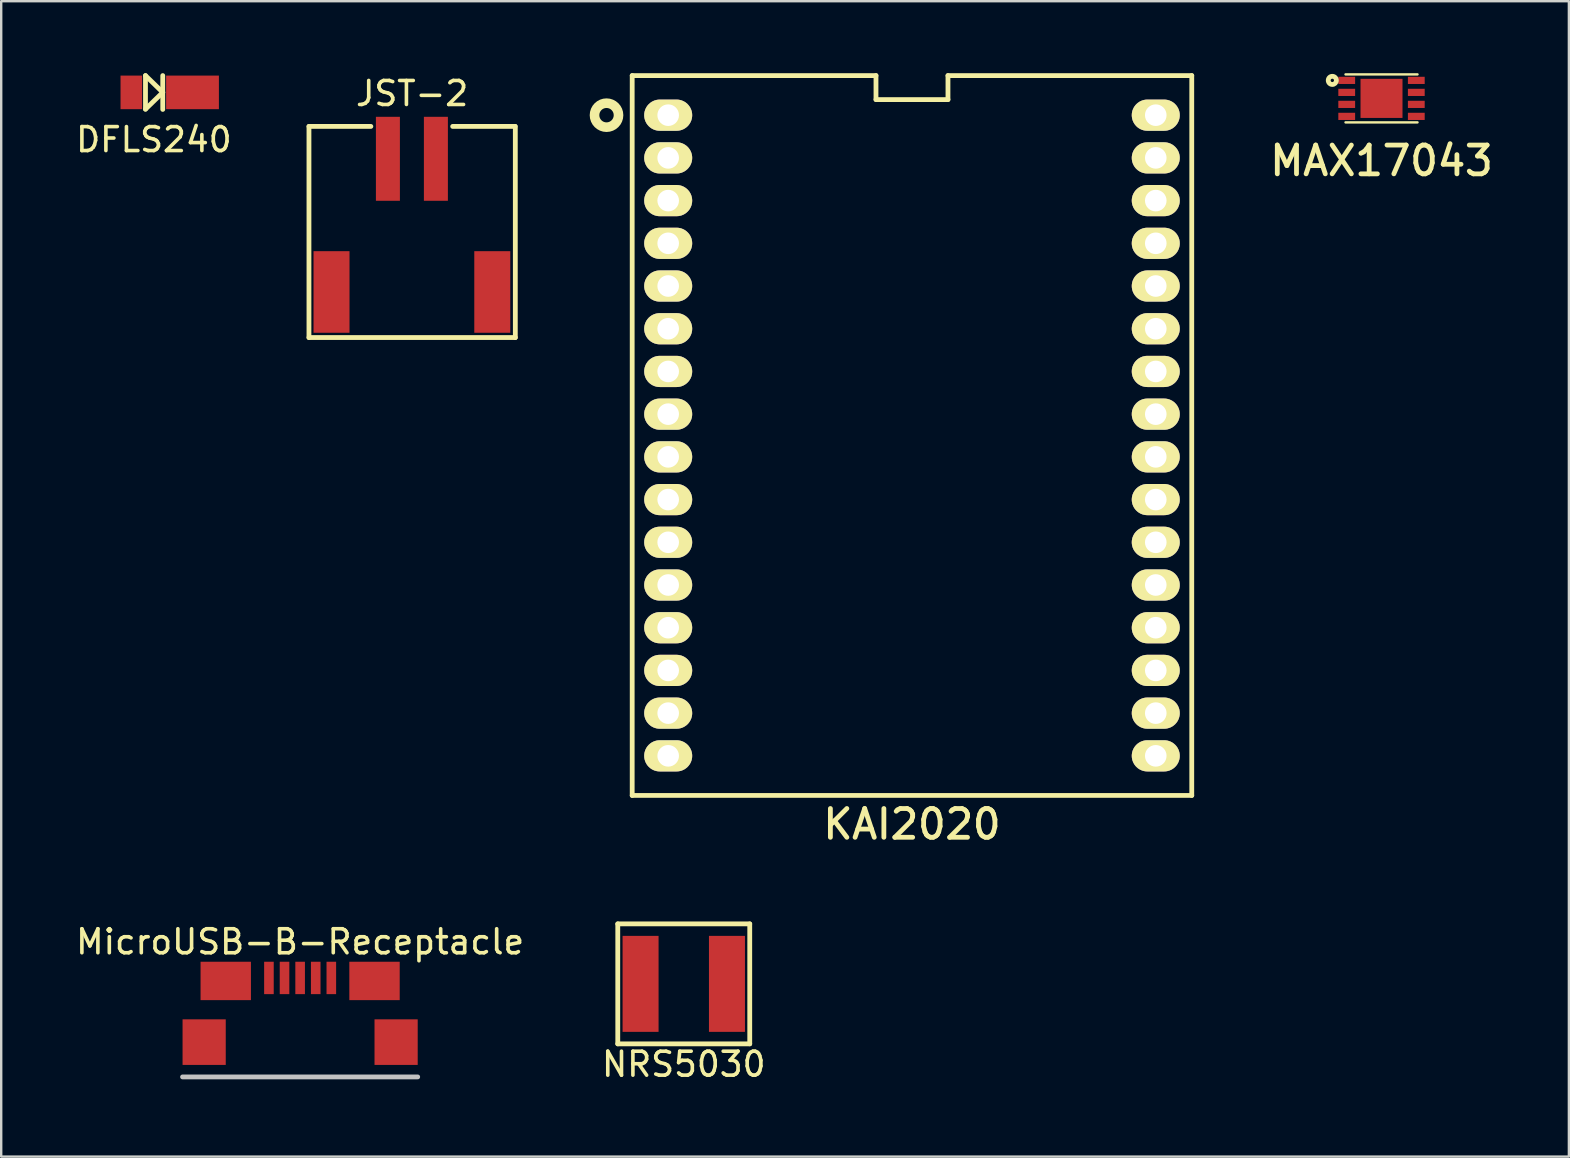
<source format=kicad_pcb>
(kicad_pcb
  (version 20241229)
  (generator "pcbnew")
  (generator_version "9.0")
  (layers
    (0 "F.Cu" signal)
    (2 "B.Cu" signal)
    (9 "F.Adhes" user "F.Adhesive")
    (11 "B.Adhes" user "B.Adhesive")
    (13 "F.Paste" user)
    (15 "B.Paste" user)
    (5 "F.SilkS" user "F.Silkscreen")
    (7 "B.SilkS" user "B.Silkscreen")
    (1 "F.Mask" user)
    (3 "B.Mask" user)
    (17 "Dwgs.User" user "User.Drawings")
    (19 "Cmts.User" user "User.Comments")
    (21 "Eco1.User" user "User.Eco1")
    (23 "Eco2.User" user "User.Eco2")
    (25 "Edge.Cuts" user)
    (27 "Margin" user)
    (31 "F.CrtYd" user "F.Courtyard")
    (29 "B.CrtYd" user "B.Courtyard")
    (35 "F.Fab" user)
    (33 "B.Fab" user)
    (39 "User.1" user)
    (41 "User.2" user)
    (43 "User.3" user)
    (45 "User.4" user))
  (footprint "MAX17043"
    (layer "F.Cu")
    (at 54.525 1.05)
    (property "Reference" "MAX17043" (at 0 2.6 0) (layer "F.SilkS") (effects (font (size 1.2 1.2) (thickness 0.2))))
    (attr through_hole)
    (fp_line (start -1.5 1) (end 1.5 1) (stroke (width 0.1) (type solid)) (layer "F.SilkS"))
    (fp_line (start 1.5 -1) (end -1.5 -1) (stroke (width 0.1) (type solid)) (layer "F.SilkS"))
    (fp_circle (center -2.05 -0.75) (end -1.98 -0.75) (stroke (width 0.2) (type solid)) (fill no) (layer "F.SilkS"))
    (pad "1" smd rect (at -1.45 -0.75) (size 0.7 0.3) (layers "F.Cu" "F.Mask" "F.Paste"))
    (pad "2" smd rect (at -1.45 -0.25) (size 0.7 0.3) (layers "F.Cu" "F.Mask" "F.Paste"))
    (pad "3" smd rect (at -1.45 0.25) (size 0.7 0.3) (layers "F.Cu" "F.Mask" "F.Paste"))
    (pad "4" smd rect (at -1.45 0.75) (size 0.7 0.3) (layers "F.Cu" "F.Mask" "F.Paste"))
    (pad "4" smd rect (at 0 0) (size 1.75 1.63) (layers "F.Cu" "F.Mask" "F.Paste"))
    (pad "5" smd rect (at 1.45 0.75) (size 0.7 0.3) (layers "F.Cu" "F.Mask" "F.Paste"))
    (pad "6" smd rect (at 1.45 0.25) (size 0.7 0.3) (layers "F.Cu" "F.Mask" "F.Paste"))
    (pad "7" smd rect (at 1.45 -0.25) (size 0.7 0.3) (layers "F.Cu" "F.Mask" "F.Paste"))
    (pad "8" smd rect (at 1.45 -0.75) (size 0.7 0.3) (layers "F.Cu" "F.Mask" "F.Paste")))
  (footprint "DFLS240"
    (layer "F.Cu")
    (at 3.373 0.8)
    (property "Reference" "DFLS240" (at -0.01 1.97 0) (layer "F.SilkS") (effects (font (size 1 1) (thickness 0.15))))
    (attr through_hole)
    (fp_line (start -0.36 -0.7) (end -0.36 0.7) (stroke (width 0.2) (type solid)) (layer "F.SilkS"))
    (fp_line (start -0.36 0.7) (end 0.36 0) (stroke (width 0.2) (type solid)) (layer "F.SilkS"))
    (fp_line (start 0.36 -0.7) (end 0.36 0.71) (stroke (width 0.2) (type solid)) (layer "F.SilkS"))
    (fp_line (start 0.36 0) (end -0.36 -0.7) (stroke (width 0.2) (type solid)) (layer "F.SilkS"))
    (pad "1" smd rect (at -0.95 0) (size 0.9 1.4) (layers "F.Cu" "F.Mask" "F.Paste"))
    (pad "2" smd rect (at 1.6 0) (size 2.2 1.4) (layers "F.Cu" "F.Mask" "F.Paste")))
  (footprint "KAI2020"
    (layer "F.Cu")
    (at 34.957 15.1)
    (property "Reference" "KAI2020" (at 0 16.2 0) (layer "F.SilkS") (effects (font (size 1.2 1.2) (thickness 0.2))))
    (attr through_hole)
    (fp_line (start -11.66 -15) (end -11.66 15) (stroke (width 0.2) (type solid)) (layer "F.SilkS"))
    (fp_line (start -11.66 15) (end 11.66 15) (stroke (width 0.2) (type solid)) (layer "F.SilkS"))
    (fp_line (start -1.5 -15) (end -11.66 -15) (stroke (width 0.2) (type solid)) (layer "F.SilkS"))
    (fp_line (start -1.5 -14) (end -1.5 -15) (stroke (width 0.2) (type solid)) (layer "F.SilkS"))
    (fp_line (start 1.5 -15) (end 1.5 -14) (stroke (width 0.2) (type solid)) (layer "F.SilkS"))
    (fp_line (start 1.5 -14) (end -1.5 -14) (stroke (width 0.2) (type solid)) (layer "F.SilkS"))
    (fp_line (start 11.66 -15) (end 1.5 -15) (stroke (width 0.2) (type solid)) (layer "F.SilkS"))
    (fp_line (start 11.66 15) (end 11.66 -15) (stroke (width 0.2) (type solid)) (layer "F.SilkS"))
    (fp_circle (center -12.73 -13.35) (end -12.23 -13.37) (stroke (width 0.4) (type solid)) (fill no) (layer "F.SilkS"))
    (pad "1" thru_hole oval (at -10.16 -13.35) (size 2 1.3) (drill 0.9) (layers "*.Cu" "*.Mask" "F.SilkS"))
    (pad "2" thru_hole oval (at -10.16 -11.57) (size 2 1.3) (drill 0.9) (layers "*.Cu" "*.Mask" "F.SilkS"))
    (pad "3" thru_hole oval (at -10.16 -9.79) (size 2 1.3) (drill 0.9) (layers "*.Cu" "*.Mask" "F.SilkS"))
    (pad "4" thru_hole oval (at -10.16 -8.01) (size 2 1.3) (drill 0.9) (layers "*.Cu" "*.Mask" "F.SilkS"))
    (pad "5" thru_hole oval (at -10.16 -6.23) (size 2 1.3) (drill 0.9) (layers "*.Cu" "*.Mask" "F.SilkS"))
    (pad "6" thru_hole oval (at -10.16 -4.45) (size 2 1.3) (drill 0.9) (layers "*.Cu" "*.Mask" "F.SilkS"))
    (pad "7" thru_hole oval (at -10.16 -2.67) (size 2 1.3) (drill 0.9) (layers "*.Cu" "*.Mask" "F.SilkS"))
    (pad "8" thru_hole oval (at -10.16 -0.89) (size 2 1.3) (drill 0.9) (layers "*.Cu" "*.Mask" "F.SilkS"))
    (pad "9" thru_hole oval (at -10.16 0.89) (size 2 1.3) (drill 0.9) (layers "*.Cu" "*.Mask" "F.SilkS"))
    (pad "10" thru_hole oval (at -10.16 2.67) (size 2 1.3) (drill 0.9) (layers "*.Cu" "*.Mask" "F.SilkS"))
    (pad "11" thru_hole oval (at -10.16 4.45) (size 2 1.3) (drill 0.9) (layers "*.Cu" "*.Mask" "F.SilkS"))
    (pad "12" thru_hole oval (at -10.16 6.23) (size 2 1.3) (drill 0.9) (layers "*.Cu" "*.Mask" "F.SilkS"))
    (pad "13" thru_hole oval (at -10.16 8.01) (size 2 1.3) (drill 0.9) (layers "*.Cu" "*.Mask" "F.SilkS"))
    (pad "14" thru_hole oval (at -10.16 9.79) (size 2 1.3) (drill 0.9) (layers "*.Cu" "*.Mask" "F.SilkS"))
    (pad "15" thru_hole oval (at -10.16 11.57) (size 2 1.3) (drill 0.9) (layers "*.Cu" "*.Mask" "F.SilkS"))
    (pad "16" thru_hole oval (at -10.16 13.35) (size 2 1.3) (drill 0.9) (layers "*.Cu" "*.Mask" "F.SilkS"))
    (pad "17" thru_hole oval (at 10.16 13.35) (size 2 1.3) (drill 0.9) (layers "*.Cu" "*.Mask" "F.SilkS"))
    (pad "18" thru_hole oval (at 10.16 11.57) (size 2 1.3) (drill 0.9) (layers "*.Cu" "*.Mask" "F.SilkS"))
    (pad "19" thru_hole oval (at 10.16 9.79) (size 2 1.3) (drill 0.9) (layers "*.Cu" "*.Mask" "F.SilkS"))
    (pad "20" thru_hole oval (at 10.16 8.01) (size 2 1.3) (drill 0.9) (layers "*.Cu" "*.Mask" "F.SilkS"))
    (pad "21" thru_hole oval (at 10.16 6.23) (size 2 1.3) (drill 0.9) (layers "*.Cu" "*.Mask" "F.SilkS"))
    (pad "22" thru_hole oval (at 10.16 4.45) (size 2 1.3) (drill 0.9) (layers "*.Cu" "*.Mask" "F.SilkS"))
    (pad "23" thru_hole oval (at 10.16 2.67) (size 2 1.3) (drill 0.9) (layers "*.Cu" "*.Mask" "F.SilkS"))
    (pad "24" thru_hole oval (at 10.16 0.89) (size 2 1.3) (drill 0.9) (layers "*.Cu" "*.Mask" "F.SilkS"))
    (pad "25" thru_hole oval (at 10.16 -0.89) (size 2 1.3) (drill 0.9) (layers "*.Cu" "*.Mask" "F.SilkS"))
    (pad "26" thru_hole oval (at 10.16 -2.67) (size 2 1.3) (drill 0.9) (layers "*.Cu" "*.Mask" "F.SilkS"))
    (pad "27" thru_hole oval (at 10.16 -4.45) (size 2 1.3) (drill 0.9) (layers "*.Cu" "*.Mask" "F.SilkS"))
    (pad "28" thru_hole oval (at 10.16 -6.23) (size 2 1.3) (drill 0.9) (layers "*.Cu" "*.Mask" "F.SilkS"))
    (pad "29" thru_hole oval (at 10.16 -8.01) (size 2 1.3) (drill 0.9) (layers "*.Cu" "*.Mask" "F.SilkS"))
    (pad "30" thru_hole oval (at 10.16 -9.79) (size 2 1.3) (drill 0.9) (layers "*.Cu" "*.Mask" "F.SilkS"))
    (pad "31" thru_hole oval (at 10.16 -11.57) (size 2 1.3) (drill 0.9) (layers "*.Cu" "*.Mask" "F.SilkS"))
    (pad "32" thru_hole oval (at 10.16 -13.35) (size 2 1.3) (drill 0.9) (layers "*.Cu" "*.Mask" "F.SilkS")))
  (footprint "MicroUSB-B-Receptacle"
    (layer "F.Cu")
    (at 9.458 40.381)
    (property "Reference" "MicroUSB-B-Receptacle" (at 0 -4.18 0) (layer "F.SilkS") (effects (font (size 1 1) (thickness 0.15))))
    (attr through_hole)
    (fp_line (start -4.9 1.45) (end 4.9 1.45) (stroke (width 0.2) (type solid)) (layer "Dwgs.User"))
    (pad "1" smd rect (at -1.3 -2.675) (size 0.4 1.35) (layers "F.Cu" "F.Mask" "F.Paste"))
    (pad "2" smd rect (at -0.65 -2.675) (size 0.4 1.35) (layers "F.Cu" "F.Mask" "F.Paste"))
    (pad "3" smd rect (at 0 -2.675) (size 0.4 1.35) (layers "F.Cu" "F.Mask" "F.Paste"))
    (pad "4" smd rect (at 0.65 -2.675) (size 0.4 1.35) (layers "F.Cu" "F.Mask" "F.Paste"))
    (pad "5" smd rect (at 1.3 -2.675) (size 0.4 1.35) (layers "F.Cu" "F.Mask" "F.Paste"))
    (pad "6" smd rect (at -4 0) (size 1.8 1.9) (layers "F.Cu" "F.Mask" "F.Paste"))
    (pad "6" smd rect (at -3.1 -2.55) (size 2.1 1.6) (layers "F.Cu" "F.Mask" "F.Paste"))
    (pad "6" smd rect (at 3.1 -2.55) (size 2.1 1.6) (layers "F.Cu" "F.Mask" "F.Paste"))
    (pad "6" smd rect (at 4 0) (size 1.8 1.9) (layers "F.Cu" "F.Mask" "F.Paste")))
  (footprint "NRS5030"
    (layer "F.Cu")
    (at 25.446 37.953)
    (property "Reference" "NRS5030" (at 0 3.35 0) (layer "F.SilkS") (effects (font (size 1 1) (thickness 0.15))))
    (attr through_hole)
    (fp_line (start -2.75 -2.5) (end 2.75 -2.5) (stroke (width 0.2) (type solid)) (layer "F.SilkS"))
    (fp_line (start -2.75 2.5) (end -2.75 -2.5) (stroke (width 0.2) (type solid)) (layer "F.SilkS"))
    (fp_line (start 2.75 -2.5) (end 2.75 2.5) (stroke (width 0.2) (type solid)) (layer "F.SilkS"))
    (fp_line (start 2.75 2.5) (end -2.75 2.5) (stroke (width 0.2) (type solid)) (layer "F.SilkS"))
    (pad "1" smd rect (at -1.8 0) (size 1.5 4) (layers "F.Cu" "F.Mask" "F.Paste"))
    (pad "2" smd rect (at 1.8 0) (size 1.5 4) (layers "F.Cu" "F.Mask" "F.Paste")))
  (footprint "JST-2"
    (layer "F.Cu")
    (at 14.116 9.118)
    (property "Reference" "JST-2" (at 0.01 -8.27 0) (layer "F.SilkS") (effects (font (size 1 1) (thickness 0.15))))
    (attr through_hole)
    (fp_line (start -4.29 -6.9) (end -4.29 1.9) (stroke (width 0.2) (type solid)) (layer "F.SilkS"))
    (fp_line (start -4.29 1.9) (end 4.31 1.9) (stroke (width 0.2) (type solid)) (layer "F.SilkS"))
    (fp_line (start -1.71 -6.9) (end -4.29 -6.9) (stroke (width 0.2) (type solid)) (layer "F.SilkS"))
    (fp_line (start 4.3 -6.9) (end 1.7 -6.9) (stroke (width 0.2) (type solid)) (layer "F.SilkS"))
    (fp_line (start 4.31 1.9) (end 4.31 -6.9) (stroke (width 0.2) (type solid)) (layer "F.SilkS"))
    (pad "1" smd rect (at -3.35 0) (size 1.5 3.4) (layers "F.Cu" "F.Mask" "F.Paste"))
    (pad "1" smd rect (at 1 -5.55) (size 1 3.5) (layers "F.Cu" "F.Mask" "F.Paste"))
    (pad "1" smd rect (at 3.35 0) (size 1.5 3.4) (layers "F.Cu" "F.Mask" "F.Paste"))
    (pad "2" smd rect (at -1 -5.55) (size 1 3.5) (layers "F.Cu" "F.Mask" "F.Paste")))
  (gr_rect
    (start -3 -3)
    (end 62.334 45.151)
    (stroke (width 0.1) (type default))
    (fill no)
    (layer "Edge.Cuts")))
</source>
